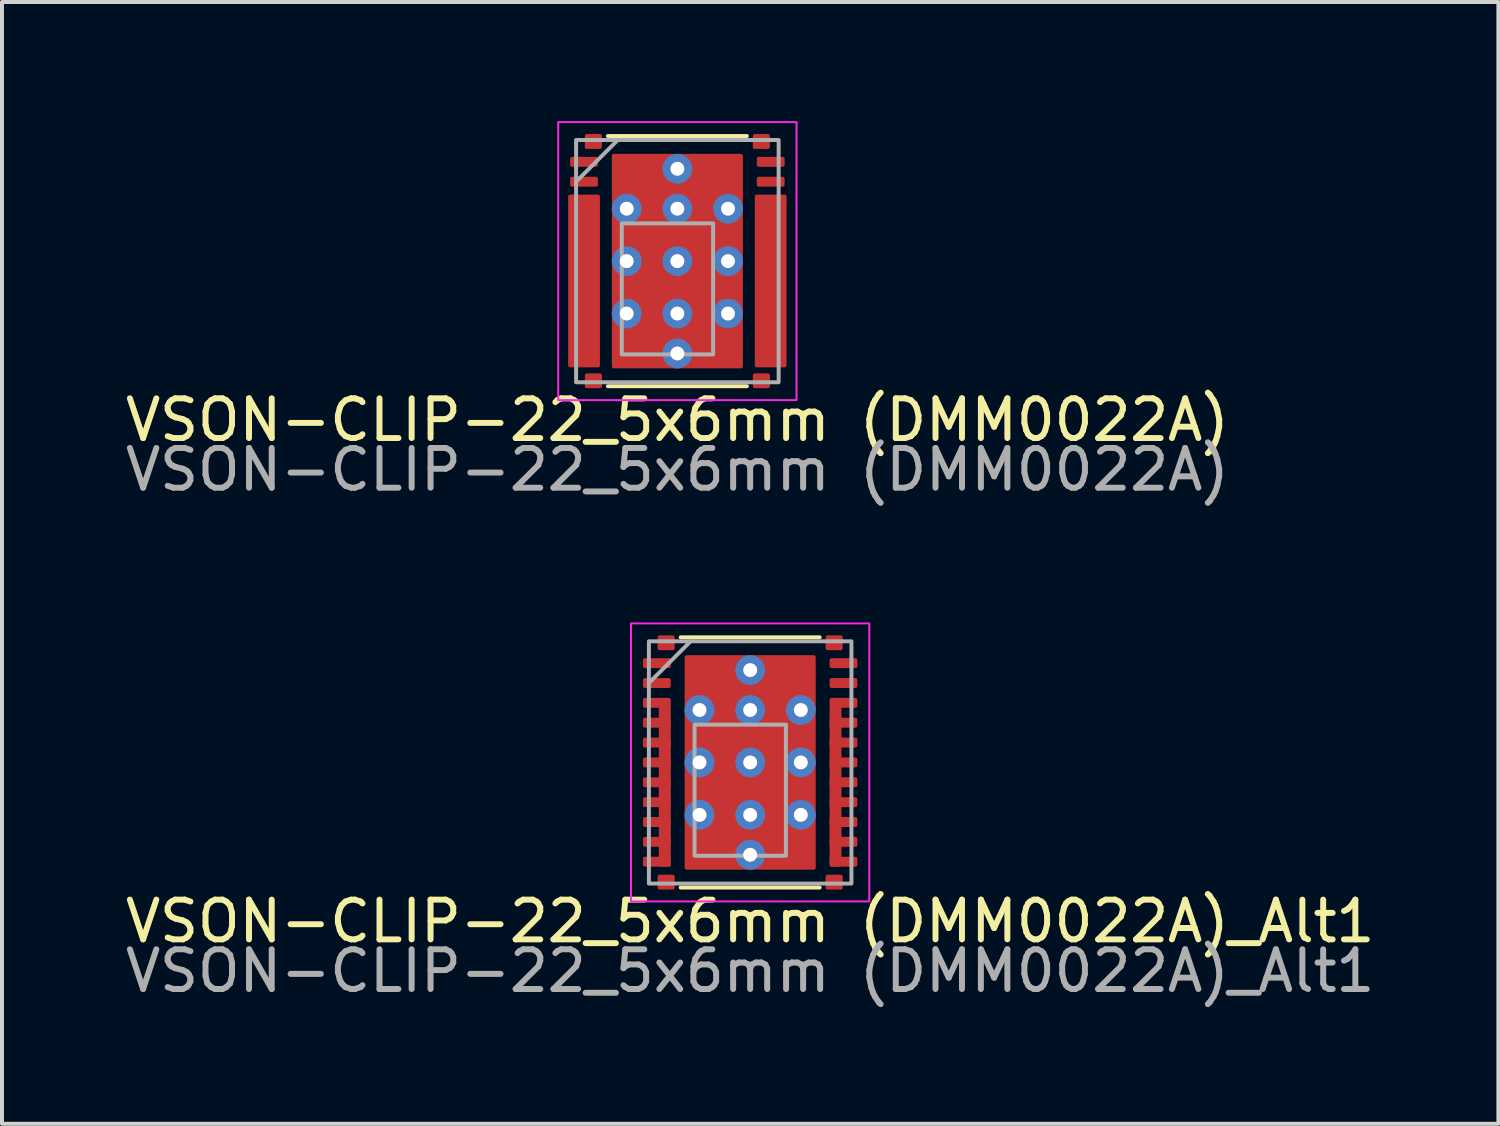
<source format=kicad_pcb>
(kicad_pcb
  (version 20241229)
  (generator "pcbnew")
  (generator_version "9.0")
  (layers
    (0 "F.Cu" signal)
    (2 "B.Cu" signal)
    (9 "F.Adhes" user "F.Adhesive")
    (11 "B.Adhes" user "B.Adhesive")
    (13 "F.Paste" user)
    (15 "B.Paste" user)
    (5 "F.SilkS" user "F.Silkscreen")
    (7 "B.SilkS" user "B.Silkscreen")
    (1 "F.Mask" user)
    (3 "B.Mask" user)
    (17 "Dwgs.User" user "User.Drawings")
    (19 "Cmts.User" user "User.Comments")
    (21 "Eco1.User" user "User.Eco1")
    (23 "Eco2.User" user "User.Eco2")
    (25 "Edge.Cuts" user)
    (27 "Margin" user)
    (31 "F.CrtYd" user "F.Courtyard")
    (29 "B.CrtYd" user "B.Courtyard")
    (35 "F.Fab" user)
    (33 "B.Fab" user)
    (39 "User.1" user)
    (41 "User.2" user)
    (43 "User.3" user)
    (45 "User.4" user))
  (footprint "VSON-CLIP-22_5x6mm (DMM0022A)"
    (layer "F.Cu")
    (at 14.006 3.525)
    (property "Reference" "VSON-CLIP-22_5x6mm (DMM0022A)" (at 0 4 0) (unlocked yes) (layer "F.SilkS") (effects (font (size 1 1) (thickness 0.15))))
    (attr smd)
    (fp_rect (start -2 -1.625) (end -2.7 2.625) (stroke (width 0.1) (type solid)) (fill yes) (layer "F.Cu"))
    (fp_rect (start 2 -1.625) (end 2.7 2.625) (stroke (width 0.1) (type solid)) (fill yes) (layer "F.Cu"))
    (fp_line (start -1.75 -3.15) (end 1.75 -3.15) (stroke (width 0.1) (type default)) (layer "F.SilkS"))
    (fp_line (start -1.75 3.15) (end 1.75 3.15) (stroke (width 0.1) (type default)) (layer "F.SilkS"))
    (fp_rect (start -3 -3.5) (end 3 3.5) (stroke (width 0.05) (type default)) (fill no) (layer "F.CrtYd"))
    (fp_line (start -1.5 -3.05) (end -2.55 -2) (stroke (width 0.1) (type default)) (layer "F.Fab"))
    (fp_rect (start -2.55 -3.05) (end 2.55 3.05) (stroke (width 0.1) (type default)) (fill no) (layer "F.Fab"))
    (fp_rect (start -1.4 2.349) (end 0.9 -0.951) (stroke (width 0.1) (type default)) (fill no) (layer "F.Fab"))
    (fp_text user "${REFERENCE}" (at 0 5.25 0) (unlocked yes) (layer "F.Fab") (effects (font (size 1 1) (thickness 0.15))))
    (pad "" smd roundrect (at -0.8 -1.98) (size 1.41 1.12) (layers "F.Paste") (roundrect_rratio 0.045))
    (pad "" smd roundrect (at -0.8 -0.66) (size 1.41 1.12) (layers "F.Paste") (roundrect_rratio 0.045))
    (pad "" smd roundrect (at -0.8 0.66) (size 1.41 1.12) (layers "F.Paste") (roundrect_rratio 0.045))
    (pad "" smd roundrect (at -0.8 1.98) (size 1.41 1.12) (layers "F.Paste") (roundrect_rratio 0.045))
    (pad "" smd roundrect (at 0.8 -1.98) (size 1.41 1.12) (layers "F.Paste") (roundrect_rratio 0.045))
    (pad "" smd roundrect (at 0.8 -0.66) (size 1.41 1.12) (layers "F.Paste") (roundrect_rratio 0.045))
    (pad "" smd roundrect (at 0.8 0.66) (size 1.41 1.12) (layers "F.Paste") (roundrect_rratio 0.045))
    (pad "" smd roundrect (at 0.8 1.98) (size 1.41 1.12) (layers "F.Paste") (roundrect_rratio 0.045))
    (pad "1" smd roundrect (at -2.35 -2.5) (size 0.7 0.25) (layers "F.Cu" "F.Mask" "F.Paste") (roundrect_rratio 0.2))
    (pad "2" smd roundrect (at -2.35 -2) (size 0.7 0.25) (layers "F.Cu" "F.Mask" "F.Paste") (roundrect_rratio 0.2))
    (pad "3" smd custom (at -2.35 -1.5) (size 0.25 0.25) (layers "F.Cu" "F.Mask" "F.Paste") (options (anchor circle)) (primitives (gr_poly (pts (xy -0.35 -0.075) (xy -0.346 -0.094) (xy -0.335 -0.11) (xy -0.319 -0.121) (xy -0.3 -0.125) (xy 0.3 -0.125) (xy 0.319 -0.121) (xy 0.335 -0.11) (xy 0.346 -0.094) (xy 0.35 -0.075) (xy 0.35 0.075) (xy 0.346 0.094) (xy 0.335 0.11) (xy 0.319 0.121) (xy 0.3 0.125) (xy -0.3 0.125) (xy -0.319 0.121) (xy -0.335 0.11) (xy -0.346 0.094) (xy -0.35 0.075)) (width 0) (fill yes)) (gr_rect (start 0.1 -0.075) (end 0.3 4.075) (width 0.1) (fill yes))))
    (pad "4" smd roundrect (at -2.35 -1) (size 0.7 0.25) (layers "F.Cu" "F.Mask" "F.Paste") (roundrect_rratio 0.2))
    (pad "5" smd roundrect (at -2.35 -0.5) (size 0.7 0.25) (layers "F.Cu" "F.Mask" "F.Paste") (roundrect_rratio 0.2))
    (pad "6" smd roundrect (at -2.35 0) (size 0.7 0.25) (layers "F.Cu" "F.Mask" "F.Paste") (roundrect_rratio 0.2))
    (pad "7" smd roundrect (at -2.35 0.5) (size 0.7 0.25) (layers "F.Cu" "F.Mask" "F.Paste") (roundrect_rratio 0.2))
    (pad "8" smd roundrect (at -2.35 1) (size 0.7 0.25) (layers "F.Cu" "F.Mask" "F.Paste") (roundrect_rratio 0.2))
    (pad "9" smd roundrect (at -2.35 1.5) (size 0.7 0.25) (layers "F.Cu" "F.Mask" "F.Paste") (roundrect_rratio 0.2))
    (pad "10" smd roundrect (at -2.35 2) (size 0.7 0.25) (layers "F.Cu" "F.Mask" "F.Paste") (roundrect_rratio 0.2))
    (pad "11" smd roundrect (at -2.35 2.5) (size 0.7 0.25) (layers "F.Cu" "F.Mask" "F.Paste") (roundrect_rratio 0.2))
    (pad "12" smd roundrect (at 2.35 2.5) (size 0.7 0.25) (layers "F.Cu" "F.Mask" "F.Paste") (roundrect_rratio 0.2))
    (pad "13" smd roundrect (at 2.35 2) (size 0.7 0.25) (layers "F.Cu" "F.Mask" "F.Paste") (roundrect_rratio 0.2))
    (pad "14" smd roundrect (at 2.35 1.5) (size 0.7 0.25) (layers "F.Cu" "F.Mask" "F.Paste") (roundrect_rratio 0.2))
    (pad "15" smd roundrect (at 2.35 1) (size 0.7 0.25) (layers "F.Cu" "F.Mask" "F.Paste") (roundrect_rratio 0.2))
    (pad "16" smd roundrect (at 2.35 0.5) (size 0.7 0.25) (layers "F.Cu" "F.Mask" "F.Paste") (roundrect_rratio 0.2))
    (pad "17" smd roundrect (at 2.35 0) (size 0.7 0.25) (layers "F.Cu" "F.Mask" "F.Paste") (roundrect_rratio 0.2))
    (pad "18" smd roundrect (at 2.35 -0.5) (size 0.7 0.25) (layers "F.Cu" "F.Mask" "F.Paste") (roundrect_rratio 0.2))
    (pad "19" smd roundrect (at 2.35 -1) (size 0.7 0.25) (layers "F.Cu" "F.Mask" "F.Paste") (roundrect_rratio 0.2))
    (pad "20" smd custom (at 2.35 -1.5) (size 0.25 0.25) (layers "F.Cu" "F.Mask" "F.Paste") (options (anchor circle)) (primitives (gr_poly (pts (xy -0.35 -0.075) (xy -0.346 -0.094) (xy -0.335 -0.11) (xy -0.319 -0.121) (xy -0.3 -0.125) (xy 0.3 -0.125) (xy 0.319 -0.121) (xy 0.335 -0.11) (xy 0.346 -0.094) (xy 0.35 -0.075) (xy 0.35 0.075) (xy 0.346 0.094) (xy 0.335 0.11) (xy 0.319 0.121) (xy 0.3 0.125) (xy -0.3 0.125) (xy -0.319 0.121) (xy -0.335 0.11) (xy -0.346 0.094) (xy -0.35 0.075)) (width 0) (fill yes)) (gr_rect (start -0.3 -0.075) (end -0.1 4.075) (width 0.1) (fill yes))))
    (pad "21" smd roundrect (at 2.35 -2) (size 0.7 0.25) (layers "F.Cu" "F.Mask" "F.Paste") (roundrect_rratio 0.2))
    (pad "22" smd roundrect (at 2.35 -2.5) (size 0.7 0.25) (layers "F.Cu" "F.Mask" "F.Paste") (roundrect_rratio 0.2))
    (pad "23" smd roundrect (at -2.115 -3.013) (size 0.43 0.375) (layers "F.Cu" "F.Mask" "F.Paste") (roundrect_rratio 0.133))
    (pad "24" smd roundrect (at -2.115 3.013) (size 0.43 0.375) (layers "F.Cu" "F.Mask" "F.Paste") (roundrect_rratio 0.133))
    (pad "25" smd roundrect (at 2.115 3.013) (size 0.43 0.375) (layers "F.Cu" "F.Mask" "F.Paste") (roundrect_rratio 0.133))
    (pad "26" smd roundrect (at 2.115 -3.013) (size 0.43 0.375) (layers "F.Cu" "F.Mask" "F.Paste") (roundrect_rratio 0.133))
    (pad "27" thru_hole circle (at -1.275 -1.32) (size 0.75 0.75) (drill 0.35) (layers "*.Cu" "F.Mask"))
    (pad "27" thru_hole circle (at -1.275 0) (size 0.75 0.75) (drill 0.35) (layers "*.Cu" "F.Mask"))
    (pad "27" thru_hole circle (at -1.275 1.32) (size 0.75 0.75) (drill 0.35) (layers "*.Cu" "F.Mask"))
    (pad "27" thru_hole circle (at 0 -2.325 180) (size 0.75 0.75) (drill 0.35) (layers "*.Cu" "F.Mask"))
    (pad "27" thru_hole circle (at 0 -1.32 180) (size 0.75 0.75) (drill 0.35) (layers "*.Cu" "F.Mask"))
    (pad "27" thru_hole circle (at 0 0) (size 0.75 0.75) (drill 0.35) (layers "*.Cu" "F.Mask"))
    (pad "27" smd roundrect (at 0 0) (size 3.3 5.4) (layers "F.Cu" "F.Mask") (roundrect_rratio 0.015))
    (pad "27" thru_hole circle (at 0 1.32) (size 0.75 0.75) (drill 0.35) (layers "*.Cu" "F.Mask"))
    (pad "27" thru_hole circle (at 0 2.325) (size 0.75 0.75) (drill 0.35) (layers "*.Cu" "F.Mask"))
    (pad "27" thru_hole circle (at 1.275 -1.32) (size 0.75 0.75) (drill 0.35) (layers "*.Cu" "F.Mask"))
    (pad "27" thru_hole circle (at 1.275 0) (size 0.75 0.75) (drill 0.35) (layers "*.Cu" "F.Mask"))
    (pad "27" thru_hole circle (at 1.275 1.32) (size 0.75 0.75) (drill 0.35) (layers "*.Cu" "F.Mask")))
  (footprint "VSON-CLIP-22_5x6mm (DMM0022A)_Alt1"
    (layer "F.Cu")
    (at 15.839 16.148)
    (property "Reference" "VSON-CLIP-22_5x6mm (DMM0022A)_Alt1" (at 0 4 0) (unlocked yes) (layer "F.SilkS") (effects (font (size 1 1) (thickness 0.15))))
    (attr smd)
    (fp_line (start -1.75 -3.15) (end 1.75 -3.15) (stroke (width 0.1) (type default)) (layer "F.SilkS"))
    (fp_line (start -1.75 3.15) (end 1.75 3.15) (stroke (width 0.1) (type default)) (layer "F.SilkS"))
    (fp_rect (start -3 -3.5) (end 3 3.5) (stroke (width 0.05) (type default)) (fill no) (layer "F.CrtYd"))
    (fp_line (start -1.5 -3.05) (end -2.55 -2) (stroke (width 0.1) (type default)) (layer "F.Fab"))
    (fp_rect (start -2.55 -3.05) (end 2.55 3.05) (stroke (width 0.1) (type default)) (fill no) (layer "F.Fab"))
    (fp_rect (start -1.4 2.349) (end 0.9 -0.951) (stroke (width 0.1) (type default)) (fill no) (layer "F.Fab"))
    (fp_text user "${REFERENCE}" (at 0 5.25 0) (unlocked yes) (layer "F.Fab") (effects (font (size 1 1) (thickness 0.15))))
    (pad "" smd roundrect (at -0.8 -1.98) (size 1.41 1.12) (layers "F.Paste") (roundrect_rratio 0.045))
    (pad "" smd roundrect (at -0.8 -0.66) (size 1.41 1.12) (layers "F.Paste") (roundrect_rratio 0.045))
    (pad "" smd roundrect (at -0.8 0.66) (size 1.41 1.12) (layers "F.Paste") (roundrect_rratio 0.045))
    (pad "" smd roundrect (at -0.8 1.98) (size 1.41 1.12) (layers "F.Paste") (roundrect_rratio 0.045))
    (pad "" smd roundrect (at 0.8 -1.98) (size 1.41 1.12) (layers "F.Paste") (roundrect_rratio 0.045))
    (pad "" smd roundrect (at 0.8 -0.66) (size 1.41 1.12) (layers "F.Paste") (roundrect_rratio 0.045))
    (pad "" smd roundrect (at 0.8 0.66) (size 1.41 1.12) (layers "F.Paste") (roundrect_rratio 0.045))
    (pad "" smd roundrect (at 0.8 1.98) (size 1.41 1.12) (layers "F.Paste") (roundrect_rratio 0.045))
    (pad "1" smd roundrect (at -2.35 -2.5) (size 0.7 0.25) (layers "F.Cu" "F.Mask" "F.Paste") (roundrect_rratio 0.2))
    (pad "2" smd roundrect (at -2.35 -2) (size 0.7 0.25) (layers "F.Cu" "F.Mask" "F.Paste") (roundrect_rratio 0.2))
    (pad "3" smd custom (at -2.35 -1.5) (size 0.25 0.25) (layers "F.Cu" "F.Mask" "F.Paste") (options (anchor circle)) (primitives (gr_poly (pts (xy -0.35 -0.075) (xy -0.346 -0.094) (xy -0.335 -0.11) (xy -0.319 -0.121) (xy -0.3 -0.125) (xy 0.3 -0.125) (xy 0.319 -0.121) (xy 0.335 -0.11) (xy 0.346 -0.094) (xy 0.35 -0.075) (xy 0.35 0.075) (xy 0.346 0.094) (xy 0.335 0.11) (xy 0.319 0.121) (xy 0.3 0.125) (xy -0.3 0.125) (xy -0.319 0.121) (xy -0.335 0.11) (xy -0.346 0.094) (xy -0.35 0.075)) (width 0) (fill yes)) (gr_rect (start 0.1 -0.075) (end 0.3 4.075) (width 0.1) (fill yes))))
    (pad "4" smd roundrect (at -2.35 -1) (size 0.7 0.25) (layers "F.Cu" "F.Mask" "F.Paste") (roundrect_rratio 0.2))
    (pad "5" smd roundrect (at -2.35 -0.5) (size 0.7 0.25) (layers "F.Cu" "F.Mask" "F.Paste") (roundrect_rratio 0.2))
    (pad "6" smd roundrect (at -2.35 0) (size 0.7 0.25) (layers "F.Cu" "F.Mask" "F.Paste") (roundrect_rratio 0.2))
    (pad "7" smd roundrect (at -2.35 0.5) (size 0.7 0.25) (layers "F.Cu" "F.Mask" "F.Paste") (roundrect_rratio 0.2))
    (pad "8" smd roundrect (at -2.35 1) (size 0.7 0.25) (layers "F.Cu" "F.Mask" "F.Paste") (roundrect_rratio 0.2))
    (pad "9" smd roundrect (at -2.35 1.5) (size 0.7 0.25) (layers "F.Cu" "F.Mask" "F.Paste") (roundrect_rratio 0.2))
    (pad "10" smd roundrect (at -2.35 2) (size 0.7 0.25) (layers "F.Cu" "F.Mask" "F.Paste") (roundrect_rratio 0.2))
    (pad "11" smd roundrect (at -2.35 2.5) (size 0.7 0.25) (layers "F.Cu" "F.Mask" "F.Paste") (roundrect_rratio 0.2))
    (pad "12" smd roundrect (at 2.35 2.5) (size 0.7 0.25) (layers "F.Cu" "F.Mask" "F.Paste") (roundrect_rratio 0.2))
    (pad "13" smd roundrect (at 2.35 2) (size 0.7 0.25) (layers "F.Cu" "F.Mask" "F.Paste") (roundrect_rratio 0.2))
    (pad "14" smd roundrect (at 2.35 1.5) (size 0.7 0.25) (layers "F.Cu" "F.Mask" "F.Paste") (roundrect_rratio 0.2))
    (pad "15" smd roundrect (at 2.35 1) (size 0.7 0.25) (layers "F.Cu" "F.Mask" "F.Paste") (roundrect_rratio 0.2))
    (pad "16" smd roundrect (at 2.35 0.5) (size 0.7 0.25) (layers "F.Cu" "F.Mask" "F.Paste") (roundrect_rratio 0.2))
    (pad "17" smd roundrect (at 2.35 0) (size 0.7 0.25) (layers "F.Cu" "F.Mask" "F.Paste") (roundrect_rratio 0.2))
    (pad "18" smd roundrect (at 2.35 -0.5) (size 0.7 0.25) (layers "F.Cu" "F.Mask" "F.Paste") (roundrect_rratio 0.2))
    (pad "19" smd roundrect (at 2.35 -1) (size 0.7 0.25) (layers "F.Cu" "F.Mask" "F.Paste") (roundrect_rratio 0.2))
    (pad "20" smd custom (at 2.35 -1.5) (size 0.25 0.25) (layers "F.Cu" "F.Mask" "F.Paste") (options (anchor circle)) (primitives (gr_poly (pts (xy -0.35 -0.075) (xy -0.346 -0.094) (xy -0.335 -0.11) (xy -0.319 -0.121) (xy -0.3 -0.125) (xy 0.3 -0.125) (xy 0.319 -0.121) (xy 0.335 -0.11) (xy 0.346 -0.094) (xy 0.35 -0.075) (xy 0.35 0.075) (xy 0.346 0.094) (xy 0.335 0.11) (xy 0.319 0.121) (xy 0.3 0.125) (xy -0.3 0.125) (xy -0.319 0.121) (xy -0.335 0.11) (xy -0.346 0.094) (xy -0.35 0.075)) (width 0) (fill yes)) (gr_rect (start -0.3 -0.075) (end -0.1 4.075) (width 0.1) (fill yes))))
    (pad "21" smd roundrect (at 2.35 -2) (size 0.7 0.25) (layers "F.Cu" "F.Mask" "F.Paste") (roundrect_rratio 0.2))
    (pad "22" smd roundrect (at 2.35 -2.5) (size 0.7 0.25) (layers "F.Cu" "F.Mask" "F.Paste") (roundrect_rratio 0.2))
    (pad "23" smd roundrect (at -2.115 -3.013) (size 0.43 0.375) (layers "F.Cu" "F.Mask" "F.Paste") (roundrect_rratio 0.133))
    (pad "24" smd roundrect (at -2.115 3.013) (size 0.43 0.375) (layers "F.Cu" "F.Mask" "F.Paste") (roundrect_rratio 0.133))
    (pad "25" smd roundrect (at 2.115 3.013) (size 0.43 0.375) (layers "F.Cu" "F.Mask" "F.Paste") (roundrect_rratio 0.133))
    (pad "26" smd roundrect (at 2.115 -3.013) (size 0.43 0.375) (layers "F.Cu" "F.Mask" "F.Paste") (roundrect_rratio 0.133))
    (pad "27" thru_hole circle (at -1.275 -1.32) (size 0.75 0.75) (drill 0.35) (layers "*.Cu" "F.Mask"))
    (pad "27" thru_hole circle (at -1.275 0) (size 0.75 0.75) (drill 0.35) (layers "*.Cu" "F.Mask"))
    (pad "27" thru_hole circle (at -1.275 1.32) (size 0.75 0.75) (drill 0.35) (layers "*.Cu" "F.Mask"))
    (pad "27" thru_hole circle (at 0 -2.325 180) (size 0.75 0.75) (drill 0.35) (layers "*.Cu" "F.Mask"))
    (pad "27" thru_hole circle (at 0 -1.32 180) (size 0.75 0.75) (drill 0.35) (layers "*.Cu" "F.Mask"))
    (pad "27" thru_hole circle (at 0 0) (size 0.75 0.75) (drill 0.35) (layers "*.Cu" "F.Mask"))
    (pad "27" smd roundrect (at 0 0) (size 3.3 5.4) (layers "F.Cu" "F.Mask") (roundrect_rratio 0.015))
    (pad "27" thru_hole circle (at 0 1.32) (size 0.75 0.75) (drill 0.35) (layers "*.Cu" "F.Mask"))
    (pad "27" thru_hole circle (at 0 2.325) (size 0.75 0.75) (drill 0.35) (layers "*.Cu" "F.Mask"))
    (pad "27" thru_hole circle (at 1.275 -1.32) (size 0.75 0.75) (drill 0.35) (layers "*.Cu" "F.Mask"))
    (pad "27" thru_hole circle (at 1.275 0) (size 0.75 0.75) (drill 0.35) (layers "*.Cu" "F.Mask"))
    (pad "27" thru_hole circle (at 1.275 1.32) (size 0.75 0.75) (drill 0.35) (layers "*.Cu" "F.Mask")))
  (gr_rect
    (start -3 -3)
    (end 34.679 25.247)
    (stroke (width 0.1) (type default))
    (fill no)
    (layer "Edge.Cuts")))
</source>
